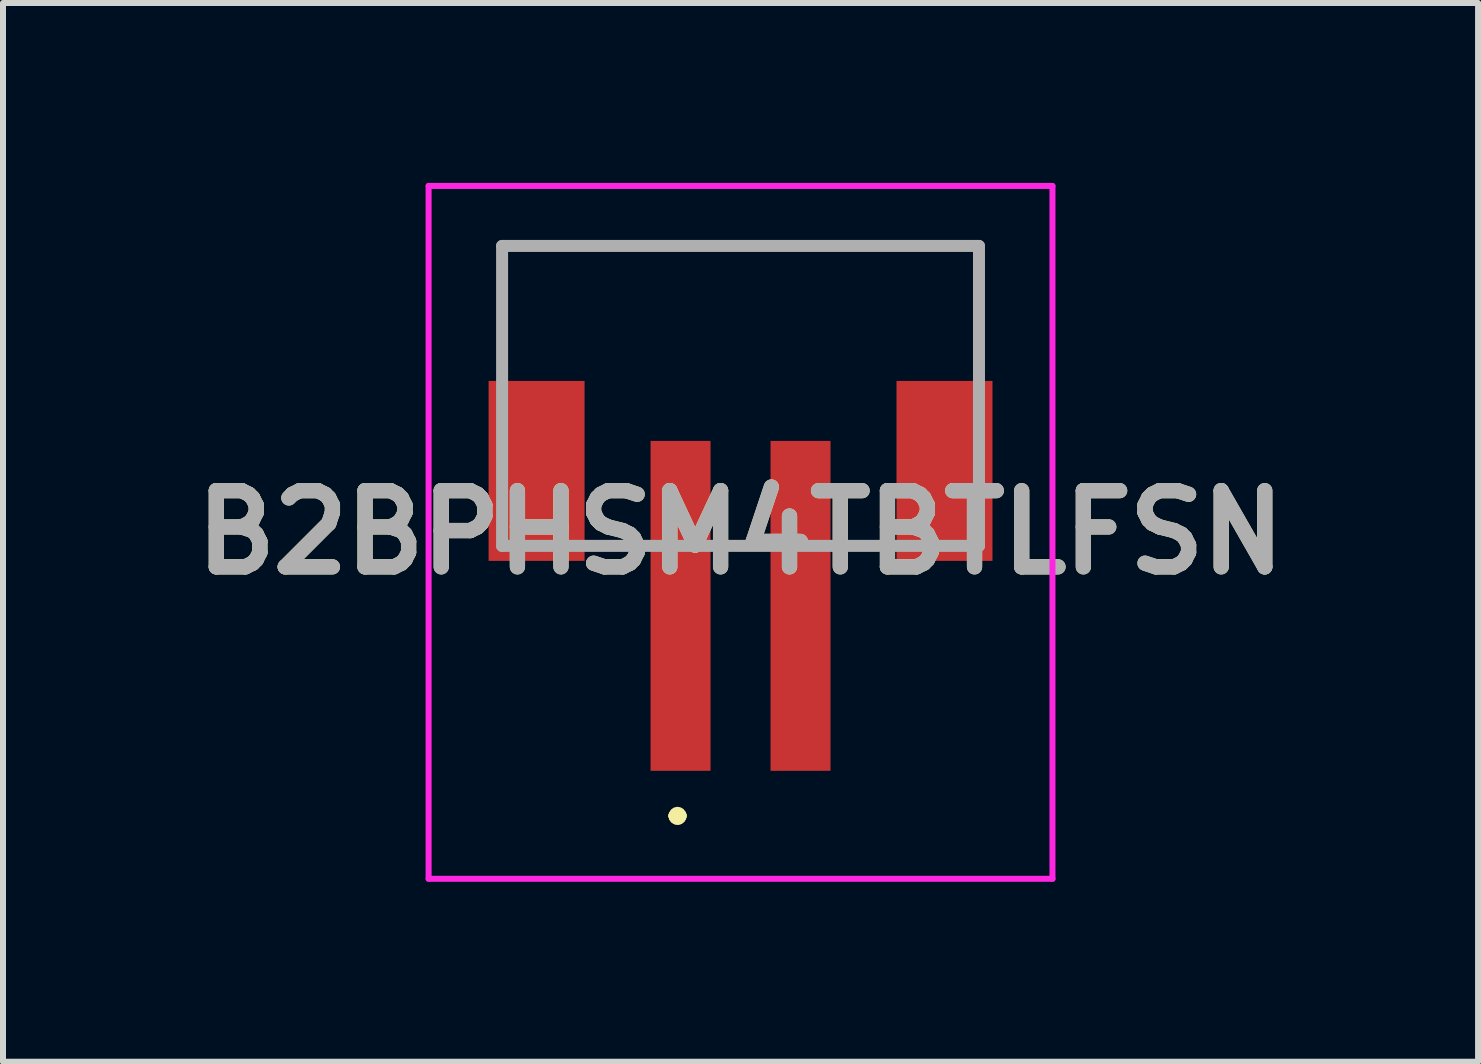
<source format=kicad_pcb>
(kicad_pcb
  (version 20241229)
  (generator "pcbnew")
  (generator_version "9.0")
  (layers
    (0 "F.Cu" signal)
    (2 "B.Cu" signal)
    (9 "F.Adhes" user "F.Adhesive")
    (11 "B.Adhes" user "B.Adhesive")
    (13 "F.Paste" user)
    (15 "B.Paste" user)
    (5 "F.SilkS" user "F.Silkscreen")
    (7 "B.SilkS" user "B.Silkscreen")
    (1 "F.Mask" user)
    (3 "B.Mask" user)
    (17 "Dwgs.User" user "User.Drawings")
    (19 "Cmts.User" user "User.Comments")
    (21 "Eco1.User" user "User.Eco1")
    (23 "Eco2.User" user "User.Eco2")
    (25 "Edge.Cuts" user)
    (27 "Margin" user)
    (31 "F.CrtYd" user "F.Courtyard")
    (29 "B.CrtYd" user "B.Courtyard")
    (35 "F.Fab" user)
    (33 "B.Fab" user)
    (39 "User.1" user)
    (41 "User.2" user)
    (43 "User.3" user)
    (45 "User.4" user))
  (footprint "B2BPHSM4TBTLFSN"
    (layer "F.Cu")
    (at 9.295 3.55)
    (property "Reference" "B2BPHSM4TBTLFSN" (at 0 2.275 0) (layer "F.SilkS") (effects (font (size 1.27 1.27) (thickness 0.254))))
    (attr smd)
    (fp_line (start -4 -2.5) (end -4 -0.75) (stroke (width 0.1) (type solid)) (layer "F.SilkS"))
    (fp_line (start -4 -0.75) (end -3.975 -0.75) (stroke (width 0.1) (type solid)) (layer "F.SilkS"))
    (fp_line (start -3.975 -2.5) (end -4 -2.5) (stroke (width 0.1) (type solid)) (layer "F.SilkS"))
    (fp_line (start -3.975 -2.5) (end -3.975 -2.5) (stroke (width 0.1) (type solid)) (layer "F.SilkS"))
    (fp_line (start -3.975 -2.5) (end 3.975 -2.5) (stroke (width 0.1) (type solid)) (layer "F.SilkS"))
    (fp_line (start -3.975 -0.75) (end -3.975 -2.5) (stroke (width 0.1) (type solid)) (layer "F.SilkS"))
    (fp_line (start -1.1 7) (end -1.1 7) (stroke (width 0.2) (type solid)) (layer "F.SilkS"))
    (fp_line (start -1.1 7) (end -1.1 7) (stroke (width 0.2) (type solid)) (layer "F.SilkS"))
    (fp_line (start -1 7) (end -1 7) (stroke (width 0.2) (type solid)) (layer "F.SilkS"))
    (fp_line (start 3.975 -2.5) (end -3.975 -2.5) (stroke (width 0.1) (type solid)) (layer "F.SilkS"))
    (fp_line (start 3.975 -2.5) (end 3.975 -2.5) (stroke (width 0.1) (type solid)) (layer "F.SilkS"))
    (fp_line (start 3.975 -2.5) (end 4 -2.5) (stroke (width 0.1) (type solid)) (layer "F.SilkS"))
    (fp_line (start 3.975 -0.75) (end 3.975 -2.5) (stroke (width 0.1) (type solid)) (layer "F.SilkS"))
    (fp_line (start 4 -2.5) (end 4 -0.75) (stroke (width 0.1) (type solid)) (layer "F.SilkS"))
    (fp_line (start 4 -0.75) (end 3.975 -0.75) (stroke (width 0.1) (type solid)) (layer "F.SilkS"))
    (fp_arc (start -1.1 7) (mid -1.05 6.95) (end -1 7) (stroke (width 0.2) (type solid)) (layer "F.SilkS"))
    (fp_arc (start -1 7) (mid -1.05 7.05) (end -1.1 7) (stroke (width 0.2) (type solid)) (layer "F.SilkS"))
    (fp_arc (start -1 7) (mid -1.05 7.05) (end -1.1 7) (stroke (width 0.2) (type solid)) (layer "F.SilkS"))
    (fp_line (start -5.2 -3.5) (end 5.2 -3.5) (stroke (width 0.1) (type solid)) (layer "F.CrtYd"))
    (fp_line (start -5.2 8.05) (end -5.2 -3.5) (stroke (width 0.1) (type solid)) (layer "F.CrtYd"))
    (fp_line (start 5.2 -3.5) (end 5.2 8.05) (stroke (width 0.1) (type solid)) (layer "F.CrtYd"))
    (fp_line (start 5.2 8.05) (end -5.2 8.05) (stroke (width 0.1) (type solid)) (layer "F.CrtYd"))
    (fp_line (start -3.975 -2.5) (end -3.975 2.5) (stroke (width 0.2) (type solid)) (layer "F.Fab"))
    (fp_line (start -3.975 2.5) (end 3.975 2.5) (stroke (width 0.2) (type solid)) (layer "F.Fab"))
    (fp_line (start 3.975 -2.5) (end -3.975 -2.5) (stroke (width 0.2) (type solid)) (layer "F.Fab"))
    (fp_line (start 3.975 2.5) (end 3.975 -2.5) (stroke (width 0.2) (type solid)) (layer "F.Fab"))
    (fp_text user "${REFERENCE}" (at 0 2.275 0) (layer "F.Fab") (effects (font (size 1.27 1.27) (thickness 0.254))))
    (pad "1" smd rect (at -1 3.5) (size 1 5.5) (layers "F.Cu" "F.Mask" "F.Paste"))
    (pad "2" smd rect (at 1 3.5) (size 1 5.5) (layers "F.Cu" "F.Mask" "F.Paste"))
    (pad "MP1" smd rect (at -3.4 1.25) (size 1.6 3) (layers "F.Cu" "F.Mask" "F.Paste"))
    (pad "MP2" smd rect (at 3.4 1.25) (size 1.6 3) (layers "F.Cu" "F.Mask" "F.Paste")))
  (gr_rect
    (start -3 -3)
    (end 21.59 14.65)
    (stroke (width 0.1) (type default))
    (fill no)
    (layer "Edge.Cuts")))
</source>
